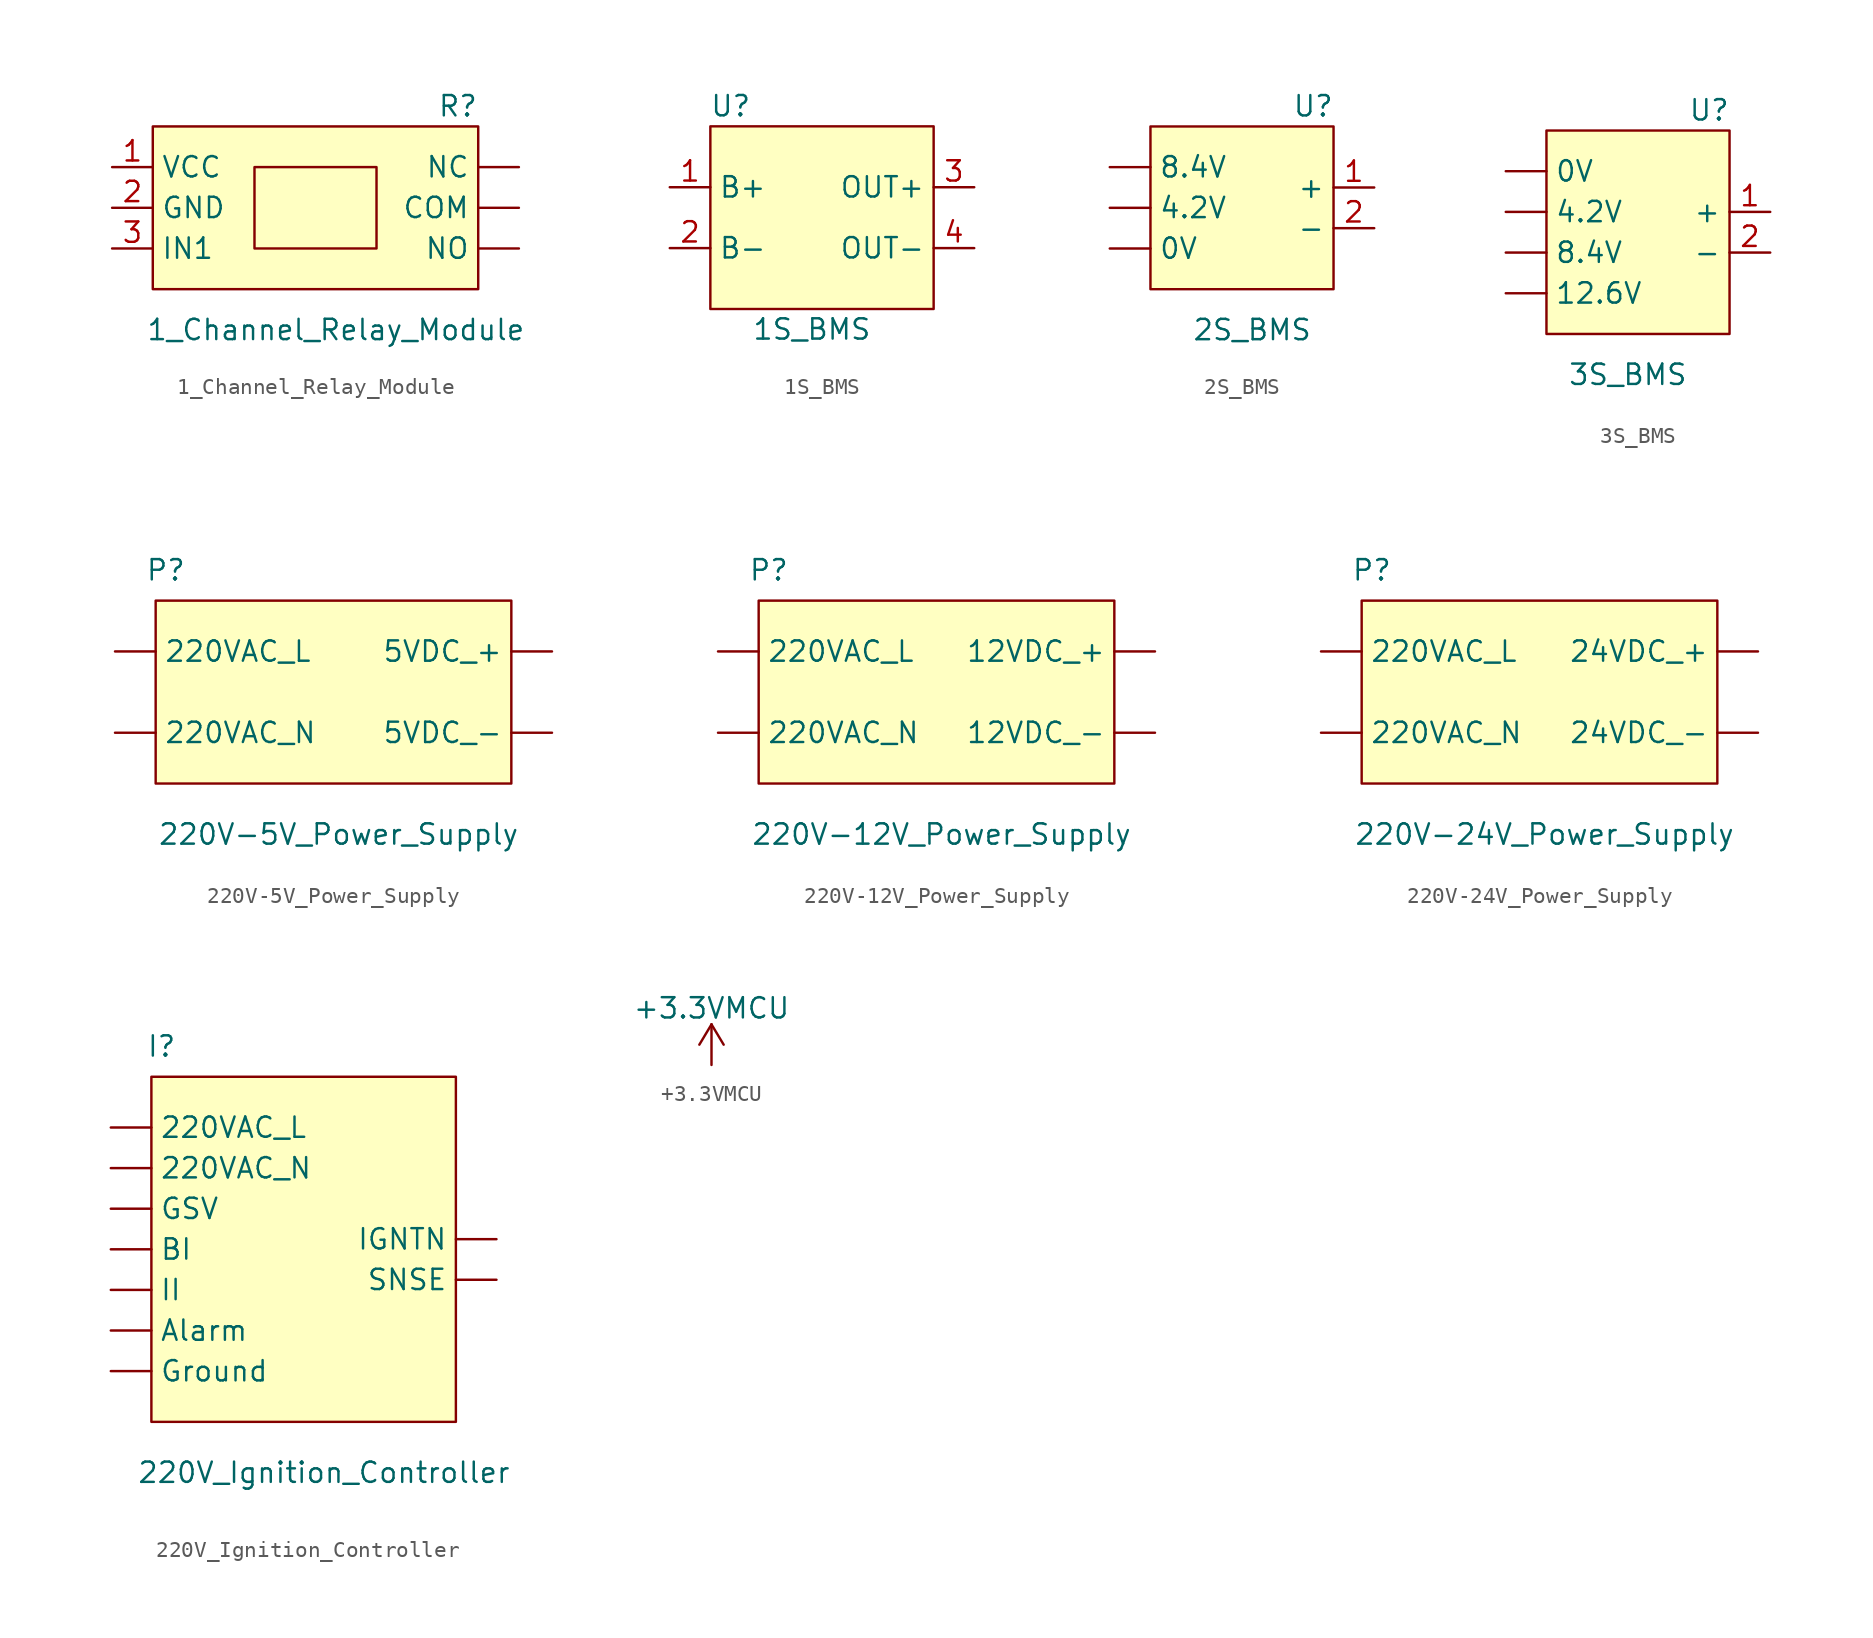
<source format=kicad_sym>
(kicad_symbol_lib
  (version 20220914)
  (generator kicad_symbol_editor)
  (symbol "1_Channel_Relay_Module"
    (property "Reference" "R"
      (at 7.62 6.35 0)
      (effects (font (size 1.27 1.27))))
    (property "Value" "1_Channel_Relay_Module"
      (at 0 -7.62 0)
      (effects (font (size 1.27 1.27))))
    (symbol "1_Channel_Relay_Module_0_1"
      (rectangle (start -11.43 5.08) (end 8.89 -5.08) (stroke (width 0.152) (type default)) (fill (type background)))
      (rectangle (start -5.08 2.54) (end 2.54 -2.54) (stroke (width 0.152) (type default)) (fill (type none))))
    (symbol "1_Channel_Relay_Module_1_1"
      (pin input line (at 11.43 0 180) (length 2.54) (name "COM" (effects (font (size 1.27 1.27)))) (number "" (effects (font (size 1.27 1.27)))))
      (pin input line (at 11.43 2.54 180) (length 2.54) (name "NC" (effects (font (size 1.27 1.27)))) (number "" (effects (font (size 1.27 1.27)))))
      (pin input line (at 11.43 -2.54 180) (length 2.54) (name "NO" (effects (font (size 1.27 1.27)))) (number "" (effects (font (size 1.27 1.27)))))
      (pin input line (at -13.97 2.54 0) (length 2.54) (name "VCC" (effects (font (size 1.27 1.27)))) (number "1" (effects (font (size 1.27 1.27)))))
      (pin input line (at -13.97 0 0) (length 2.54) (name "GND" (effects (font (size 1.27 1.27)))) (number "2" (effects (font (size 1.27 1.27)))))
      (pin input line (at -13.97 -2.54 0) (length 2.54) (name "IN1" (effects (font (size 1.27 1.27)))) (number "3" (effects (font (size 1.27 1.27)))))))
  (symbol "1S_BMS"
    (property "Reference" "U"
      (at -5.08 6.35 0)
      (effects (font (size 1.27 1.27))))
    (property "Value" "1S_BMS"
      (at 0 -7.62 0)
      (effects (font (size 1.27 1.27))))
    (symbol "1S_BMS_0_1"
      (rectangle (start -6.35 5.08) (end 7.62 -6.35) (stroke (width 0.152) (type default)) (fill (type background))))
    (symbol "1S_BMS_1_1"
      (pin input line (at -8.89 1.27 0) (length 2.54) (name "B+" (effects (font (size 1.27 1.27)))) (number "1" (effects (font (size 1.27 1.27)))))
      (pin input line (at -8.89 -2.54 0) (length 2.54) (name "B-" (effects (font (size 1.27 1.27)))) (number "2" (effects (font (size 1.27 1.27)))))
      (pin input line (at 10.16 1.27 180) (length 2.54) (name "OUT+" (effects (font (size 1.27 1.27)))) (number "3" (effects (font (size 1.27 1.27)))))
      (pin input line (at 10.16 -2.54 180) (length 2.54) (name "OUT-" (effects (font (size 1.27 1.27)))) (number "4" (effects (font (size 1.27 1.27)))))))
  (symbol "2S_BMS"
    (property "Reference" "U"
      (at 3.81 7.62 0)
      (effects (font (size 1.27 1.27))))
    (property "Value" "2S_BMS"
      (at 0 -6.35 0)
      (effects (font (size 1.27 1.27))))
    (symbol "2S_BMS_0_1"
      (rectangle (start -6.35 6.35) (end 5.08 -3.81) (stroke (width 0.152) (type default)) (fill (type background))))
    (symbol "2S_BMS_1_1"
      (pin input line (at -8.89 -1.27 0) (length 2.54) (name "0V" (effects (font (size 1.27 1.27)))) (number "" (effects (font (size 1.27 1.27)))))
      (pin input line (at -8.89 1.27 0) (length 2.54) (name "4.2V" (effects (font (size 1.27 1.27)))) (number "" (effects (font (size 1.27 1.27)))))
      (pin input line (at -8.89 3.81 0) (length 2.54) (name "8.4V" (effects (font (size 1.27 1.27)))) (number "" (effects (font (size 1.27 1.27)))))
      (pin input line (at 7.62 2.54 180) (length 2.54) (name "+" (effects (font (size 1.27 1.27)))) (number "1" (effects (font (size 1.27 1.27)))))
      (pin input line (at 7.62 0 180) (length 2.54) (name "-" (effects (font (size 1.27 1.27)))) (number "2" (effects (font (size 1.27 1.27)))))))
  (symbol "3S_BMS"
    (property "Reference" "U"
      (at 3.81 7.62 0)
      (effects (font (size 1.27 1.27))))
    (property "Value" "3S_BMS"
      (at -1.27 -8.89 0)
      (effects (font (size 1.27 1.27))))
    (symbol "3S_BMS_0_1"
      (rectangle (start -6.35 6.35) (end 5.08 -6.35) (stroke (width 0.152) (type default)) (fill (type background))))
    (symbol "3S_BMS_1_1"
      (pin input line (at -8.89 3.81 0) (length 2.54) (name "0V" (effects (font (size 1.27 1.27)))) (number "" (effects (font (size 1.27 1.27)))))
      (pin input line (at -8.89 -3.81 0) (length 2.54) (name "12.6V" (effects (font (size 1.27 1.27)))) (number "" (effects (font (size 1.27 1.27)))))
      (pin input line (at -8.89 1.27 0) (length 2.54) (name "4.2V" (effects (font (size 1.27 1.27)))) (number "" (effects (font (size 1.27 1.27)))))
      (pin input line (at -8.89 -1.27 0) (length 2.54) (name "8.4V" (effects (font (size 1.27 1.27)))) (number "" (effects (font (size 1.27 1.27)))))
      (pin input line (at 7.62 1.27 180) (length 2.54) (name "+" (effects (font (size 1.27 1.27)))) (number "1" (effects (font (size 1.27 1.27)))))
      (pin input line (at 7.62 -1.27 180) (length 2.54) (name "-" (effects (font (size 1.27 1.27)))) (number "2" (effects (font (size 1.27 1.27)))))))
  (symbol "220V-5V_Power_Supply"
    (property "Reference" "P"
      (at -9.525 8.255 0)
      (effects (font (size 1.27 1.27))))
    (property "Value" "220V-5V_Power_Supply"
      (at 1.27 -8.255 0)
      (effects (font (size 1.27 1.27))))
    (symbol "220V-5V_Power_Supply_0_1"
      (rectangle (start -10.16 6.35) (end 12.065 -5.08) (stroke (width 0.152) (type default)) (fill (type background))))
    (symbol "220V-5V_Power_Supply_1_1"
      (pin input line (at -12.7 3.175 0) (length 2.54) (name "220VAC_L" (effects (font (size 1.27 1.27)))) (number "" (effects (font (size 1.27 1.27)))))
      (pin input line (at -12.7 -1.905 0) (length 2.54) (name "220VAC_N" (effects (font (size 1.27 1.27)))) (number "" (effects (font (size 1.27 1.27)))))
      (pin input line (at 14.605 3.175 180) (length 2.54) (name "5VDC_+" (effects (font (size 1.27 1.27)))) (number "" (effects (font (size 1.27 1.27)))))
      (pin input line (at 14.605 -1.905 180) (length 2.54) (name "5VDC_-" (effects (font (size 1.27 1.27)))) (number "" (effects (font (size 1.27 1.27)))))))
  (symbol "220V-12V_Power_Supply"
    (property "Reference" "P"
      (at -9.525 8.255 0)
      (effects (font (size 1.27 1.27))))
    (property "Value" "220V-12V_Power_Supply"
      (at 1.27 -8.255 0)
      (effects (font (size 1.27 1.27))))
    (symbol "220V-12V_Power_Supply_0_1"
      (rectangle (start -10.16 6.35) (end 12.065 -5.08) (stroke (width 0.152) (type default)) (fill (type background))))
    (symbol "220V-12V_Power_Supply_1_1"
      (pin input line (at 14.605 3.175 180) (length 2.54) (name "12VDC_+" (effects (font (size 1.27 1.27)))) (number "" (effects (font (size 1.27 1.27)))))
      (pin input line (at 14.605 -1.905 180) (length 2.54) (name "12VDC_-" (effects (font (size 1.27 1.27)))) (number "" (effects (font (size 1.27 1.27)))))
      (pin input line (at -12.7 3.175 0) (length 2.54) (name "220VAC_L" (effects (font (size 1.27 1.27)))) (number "" (effects (font (size 1.27 1.27)))))
      (pin input line (at -12.7 -1.905 0) (length 2.54) (name "220VAC_N" (effects (font (size 1.27 1.27)))) (number "" (effects (font (size 1.27 1.27)))))))
  (symbol "220V-24V_Power_Supply"
    (property "Reference" "P"
      (at -9.525 8.255 0)
      (effects (font (size 1.27 1.27))))
    (property "Value" "220V-24V_Power_Supply"
      (at 1.27 -8.255 0)
      (effects (font (size 1.27 1.27))))
    (symbol "220V-24V_Power_Supply_0_1"
      (rectangle (start -10.16 6.35) (end 12.065 -5.08) (stroke (width 0.152) (type default)) (fill (type background))))
    (symbol "220V-24V_Power_Supply_1_1"
      (pin input line (at -12.7 3.175 0) (length 2.54) (name "220VAC_L" (effects (font (size 1.27 1.27)))) (number "" (effects (font (size 1.27 1.27)))))
      (pin input line (at -12.7 -1.905 0) (length 2.54) (name "220VAC_N" (effects (font (size 1.27 1.27)))) (number "" (effects (font (size 1.27 1.27)))))
      (pin input line (at 14.605 3.175 180) (length 2.54) (name "24VDC_+" (effects (font (size 1.27 1.27)))) (number "" (effects (font (size 1.27 1.27)))))
      (pin input line (at 14.605 -1.905 180) (length 2.54) (name "24VDC_-" (effects (font (size 1.27 1.27)))) (number "" (effects (font (size 1.27 1.27)))))))
  (symbol "220V_Ignition_Controller"
    (property "Reference" "I"
      (at -8.255 12.7 0)
      (effects (font (size 1.27 1.27))))
    (property "Value" "220V_Ignition_Controller"
      (at 1.905 -13.97 0)
      (effects (font (size 1.27 1.27))))
    (symbol "220V_Ignition_Controller_0_1"
      (rectangle (start -8.89 10.795) (end 10.16 -10.795) (stroke (width 0.152) (type default)) (fill (type background))))
    (symbol "220V_Ignition_Controller_1_1"
      (pin input line (at -11.43 7.62 0) (length 2.54) (name "220VAC_L" (effects (font (size 1.27 1.27)))) (number "" (effects (font (size 1.27 1.27)))))
      (pin input line (at -11.43 5.08 0) (length 2.54) (name "220VAC_N" (effects (font (size 1.27 1.27)))) (number "" (effects (font (size 1.27 1.27)))))
      (pin input line (at -11.43 -5.08 0) (length 2.54) (name "Alarm" (effects (font (size 1.27 1.27)))) (number "" (effects (font (size 1.27 1.27)))))
      (pin input line (at -11.43 0 0) (length 2.54) (name "BI" (effects (font (size 1.27 1.27)))) (number "" (effects (font (size 1.27 1.27)))))
      (pin input line (at -11.43 2.54 0) (length 2.54) (name "GSV" (effects (font (size 1.27 1.27)))) (number "" (effects (font (size 1.27 1.27)))))
      (pin input line (at -11.43 -7.62 0) (length 2.54) (name "Ground" (effects (font (size 1.27 1.27)))) (number "" (effects (font (size 1.27 1.27)))))
      (pin input line (at 12.7 0.635 180) (length 2.54) (name "IGNTN" (effects (font (size 1.27 1.27)))) (number "" (effects (font (size 1.27 1.27)))))
      (pin input line (at -11.43 -2.54 0) (length 2.54) (name "II" (effects (font (size 1.27 1.27)))) (number "" (effects (font (size 1.27 1.27)))))
      (pin input line (at 12.7 -1.905 180) (length 2.54) (name "SNSE" (effects (font (size 1.27 1.27)))) (number "" (effects (font (size 1.27 1.27)))))))
  (symbol "+3.3VMCU"
    (power)
    (pin_names
      (offset 0))
    (property "Reference" "#PWR"
      (at 0 -3.81 0)
      (effects (font (size 1.27 1.27)) hide))
    (property "Value" "+3.3VMCU"
      (at 0 3.556 0)
      (effects (font (size 1.27 1.27))))
    (symbol "+3.3VMCU_0_1"
      (polyline (pts (xy -0.762 1.27) (xy 0 2.54)) (stroke (width 0) (type default)) (fill (type none)))
      (polyline (pts (xy 0 0) (xy 0 2.54)) (stroke (width 0) (type default)) (fill (type none)))
      (polyline (pts (xy 0 2.54) (xy 0.762 1.27)) (stroke (width 0) (type default)) (fill (type none))))
    (symbol "+3.3VMCU_1_1"
      (pin power_in line (at 0 0 90) (length 0) hide (name "+3.3VMCU" (effects (font (size 1.27 1.27)))) (number "1" (effects (font (size 1.27 1.27))))))))
</source>
